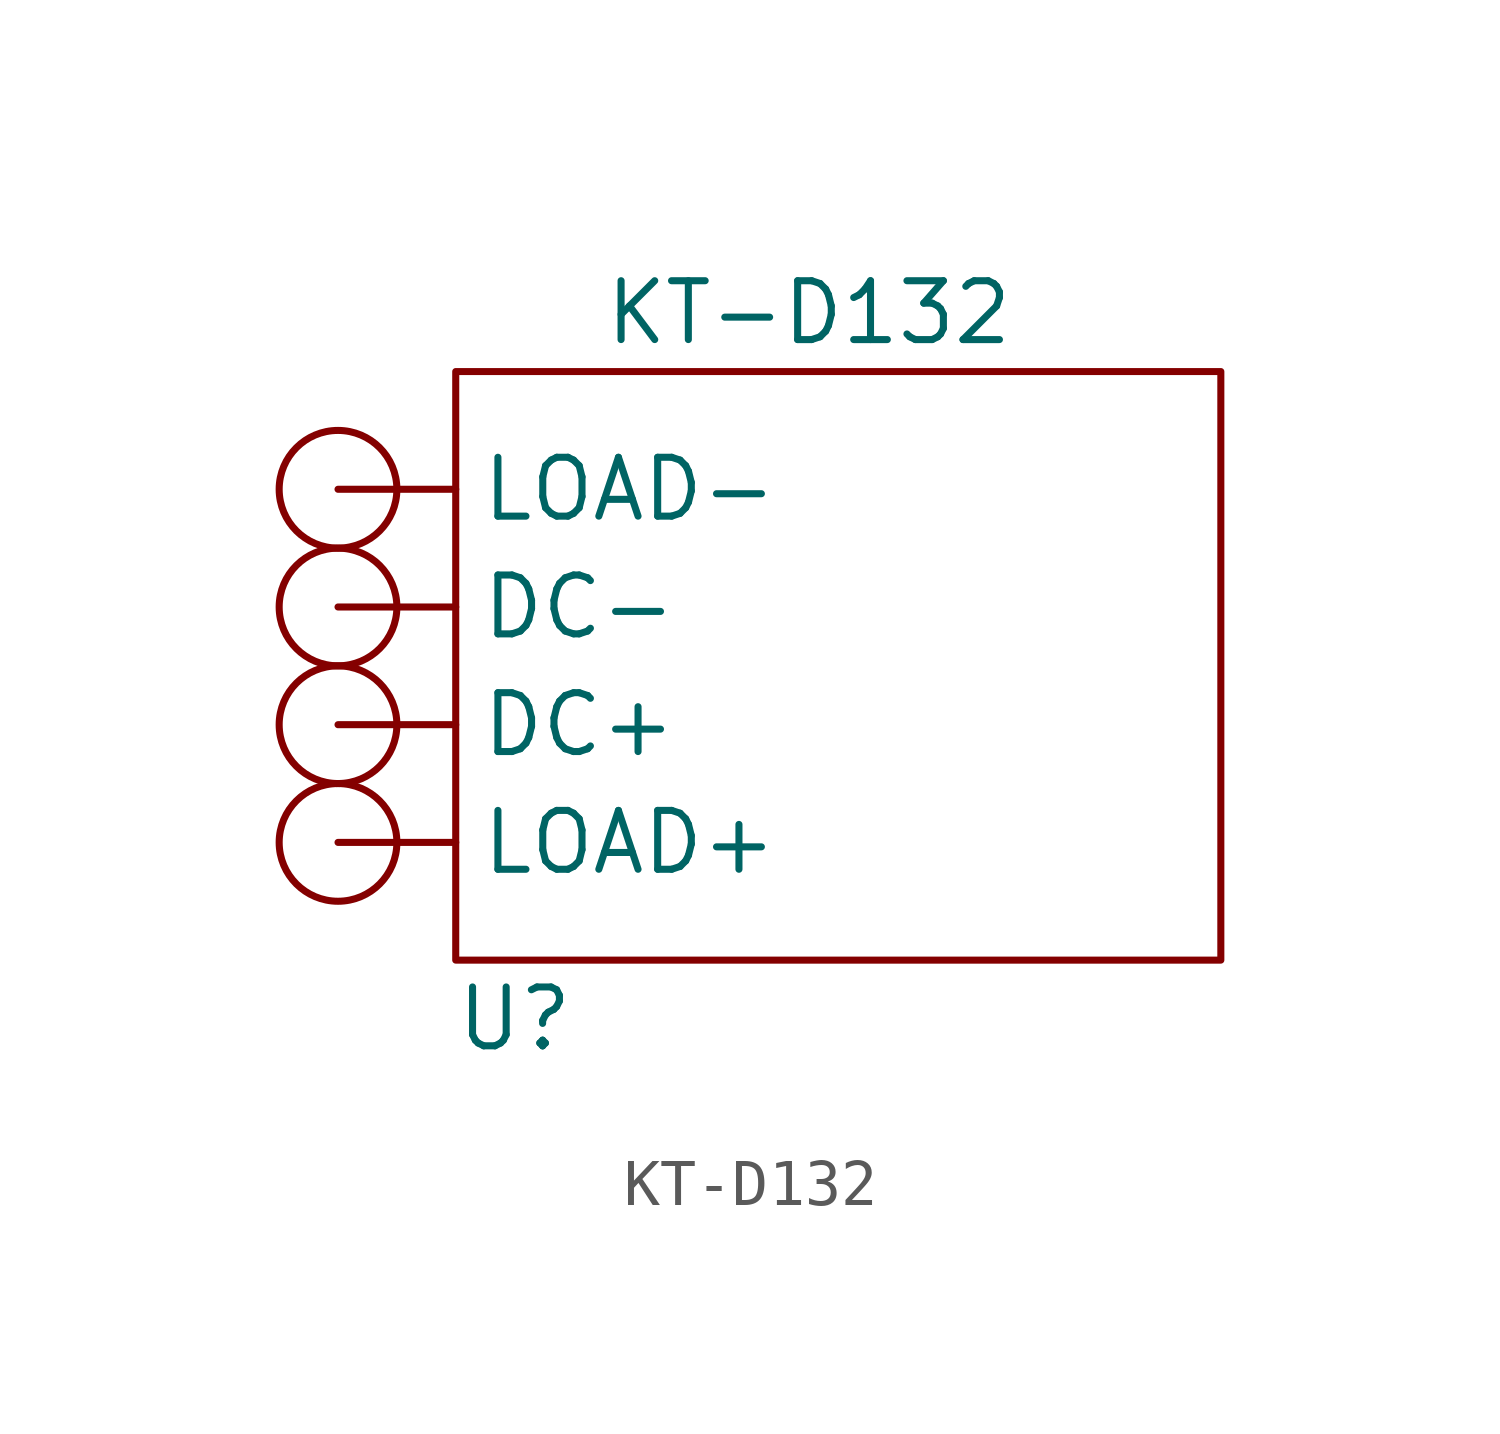
<source format=kicad_sym>
(kicad_symbol_lib
  (version 20211014)
  (generator kicad_symbol_editor)
  (symbol "KT-D132"
    (property "Reference" "U"
      (at -6.35 -7.62 0)
      (effects (font (size 1.27 1.27))))
    (property "Value" "KT-D132"
      (at 0 7.62 0)
      (effects (font (size 1.27 1.27))))
    (symbol "KT-D132_0_1"
      (circle (center -10.16 -3.81) (radius 1.27) (stroke (width 0) (type default) (color 0 0 0 0)) (fill (type none)))
      (circle (center -10.16 -1.27) (radius 1.27) (stroke (width 0) (type default) (color 0 0 0 0)) (fill (type none)))
      (circle (center -10.16 1.27) (radius 1.27) (stroke (width 0) (type default) (color 0 0 0 0)) (fill (type none)))
      (circle (center -10.16 3.81) (radius 1.27) (stroke (width 0) (type default) (color 0 0 0 0)) (fill (type none)))
      (rectangle (start -7.62 6.35) (end 8.89 -6.35) (stroke (width 0) (type default) (color 0 0 0 0)) (fill (type none))))
    (symbol "KT-D132_1_1"
      (pin power_in line (at -10.16 -1.27 0) (length 2.54) (name "DC+" (effects (font (size 1.27 1.27)))) (number "" (effects (font (size 1.27 1.27)))))
      (pin power_in line (at -10.16 1.27 0) (length 2.54) (name "DC-" (effects (font (size 1.27 1.27)))) (number "" (effects (font (size 1.27 1.27)))))
      (pin power_out line (at -10.16 -3.81 0) (length 2.54) (name "LOAD+" (effects (font (size 1.27 1.27)))) (number "" (effects (font (size 1.27 1.27)))))
      (pin power_out line (at -10.16 3.81 0) (length 2.54) (name "LOAD-" (effects (font (size 1.27 1.27)))) (number "" (effects (font (size 1.27 1.27))))))))
</source>
